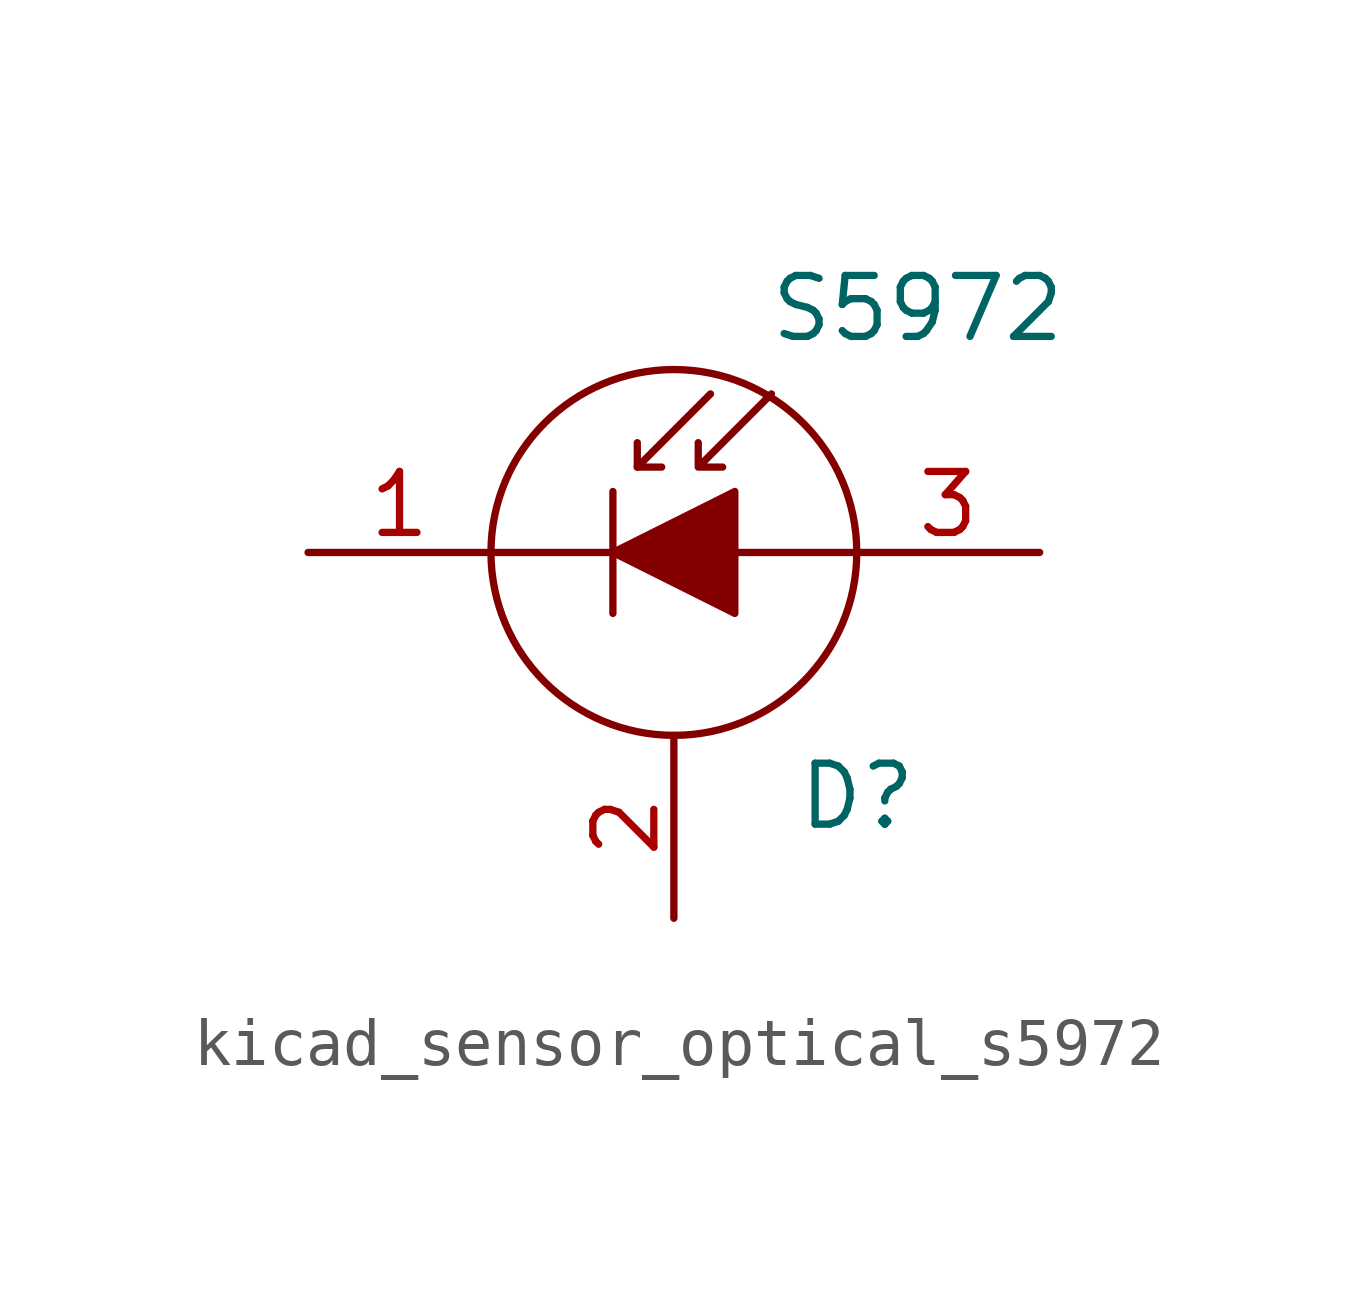
<source format=kicad_sym>
(kicad_symbol_lib
  (version 20220914)
  (generator kicad_symbol_editor)
  (symbol "kicad_sensor_optical_s5972"
    (pin_names
      (offset 0.254) hide)
    (property "Reference" "D"
      (at 2.54 -5.08 0)
      (effects (font (size 1.27 1.27)) (justify left)))
    (property "Value" "S5972"
      (at 5.08 5.08 0)
      (effects (font (size 1.27 1.27))))
    (symbol "kicad_sensor_optical_s5972_0_0"
      (pin passive line (at 0 -7.62 90) (length 3.81) (name "C" (effects (font (size 1.27 1.27)))) (number "2" (effects (font (size 1.27 1.27))))))
    (symbol "kicad_sensor_optical_s5972_0_1"
      (polyline (pts (xy -1.27 0) (xy -3.81 0)) (stroke (width 0) (type default)) (fill (type none)))
      (polyline (pts (xy -1.27 1.27) (xy -1.27 -1.27)) (stroke (width 0.152) (type default)) (fill (type none)))
      (polyline (pts (xy -0.762 1.778) (xy -0.254 1.778)) (stroke (width 0) (type default)) (fill (type none)))
      (polyline (pts (xy 3.81 0) (xy 1.27 0)) (stroke (width 0) (type default)) (fill (type none)))
      (polyline (pts (xy 0.762 3.302) (xy -0.762 1.778) (xy -0.762 2.286)) (stroke (width 0) (type default)) (fill (type none)))
      (polyline (pts (xy -1.27 0) (xy 1.27 1.27) (xy 1.27 -1.27) (xy -1.27 0)) (stroke (width 0) (type default)) (fill (type outline)))
      (polyline (pts (xy 2.032 3.302) (xy 0.508 1.778) (xy 0.508 2.286) (xy 0.508 1.778) (xy 1.016 1.778)) (stroke (width 0) (type default)) (fill (type none)))
      (circle (center 0 0) (radius 3.81) (stroke (width 0) (type default)) (fill (type none))))
    (symbol "kicad_sensor_optical_s5972_1_1"
      (pin passive line (at -7.62 0 0) (length 3.81) (name "K" (effects (font (size 1.27 1.27)))) (number "1" (effects (font (size 1.27 1.27)))))
      (pin passive line (at 7.62 0 180) (length 3.81) (name "A" (effects (font (size 1.27 1.27)))) (number "3" (effects (font (size 1.27 1.27))))))))
</source>
